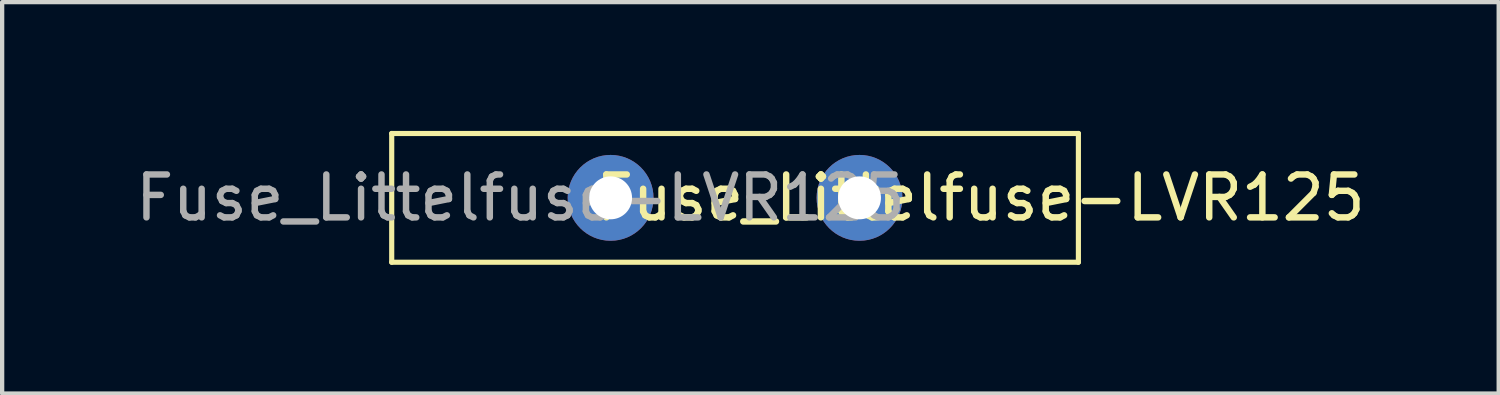
<source format=kicad_pcb>
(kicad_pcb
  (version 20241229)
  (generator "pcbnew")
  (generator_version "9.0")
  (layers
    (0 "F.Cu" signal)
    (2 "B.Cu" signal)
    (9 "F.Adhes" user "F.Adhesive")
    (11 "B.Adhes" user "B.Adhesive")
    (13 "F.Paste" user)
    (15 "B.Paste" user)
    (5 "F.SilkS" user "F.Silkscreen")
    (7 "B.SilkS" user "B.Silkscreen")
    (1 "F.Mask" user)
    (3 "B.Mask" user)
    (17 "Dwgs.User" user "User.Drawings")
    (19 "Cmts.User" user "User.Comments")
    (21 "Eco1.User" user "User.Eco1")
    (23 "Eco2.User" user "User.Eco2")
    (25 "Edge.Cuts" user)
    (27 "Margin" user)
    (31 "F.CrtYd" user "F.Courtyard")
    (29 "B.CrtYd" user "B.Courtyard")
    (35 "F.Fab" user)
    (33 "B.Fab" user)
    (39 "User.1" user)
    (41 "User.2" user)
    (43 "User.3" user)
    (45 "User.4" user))
  (footprint "Fuse_Littelfuse-LVR125"
    (layer "F.Cu")
    (at 14.077 1.56)
    (property "Reference" "Fuse_Littelfuse-LVR125" (at 5.715 0 0) (layer "F.SilkS") (effects (font (size 1 1) (thickness 0.15))))
    (attr through_hole)
    (fp_line (start -8 -1.5) (end 8 -1.5) (stroke (width 0.12) (type solid)) (layer "F.SilkS"))
    (fp_line (start -8 1.5) (end -8 -1.5) (stroke (width 0.12) (type solid)) (layer "F.SilkS"))
    (fp_line (start 8 -1.5) (end 8 1.5) (stroke (width 0.12) (type solid)) (layer "F.SilkS"))
    (fp_line (start 8 1.5) (end -8 1.5) (stroke (width 0.12) (type solid)) (layer "F.SilkS"))
    (fp_text user "${REFERENCE}" (at -5 0 0) (layer "F.Fab") (effects (font (size 1 1) (thickness 0.15))))
    (pad "1" thru_hole circle (at -2.9 0) (size 2 2) (drill 1) (layers "*.Cu" "*.Mask"))
    (pad "2" thru_hole circle (at 2.9 0) (size 2 2) (drill 1) (layers "*.Cu" "*.Mask")))
  (gr_rect
    (start -3 -3)
    (end 31.87 6.12)
    (stroke (width 0.1) (type default))
    (fill no)
    (layer "Edge.Cuts")))
</source>
